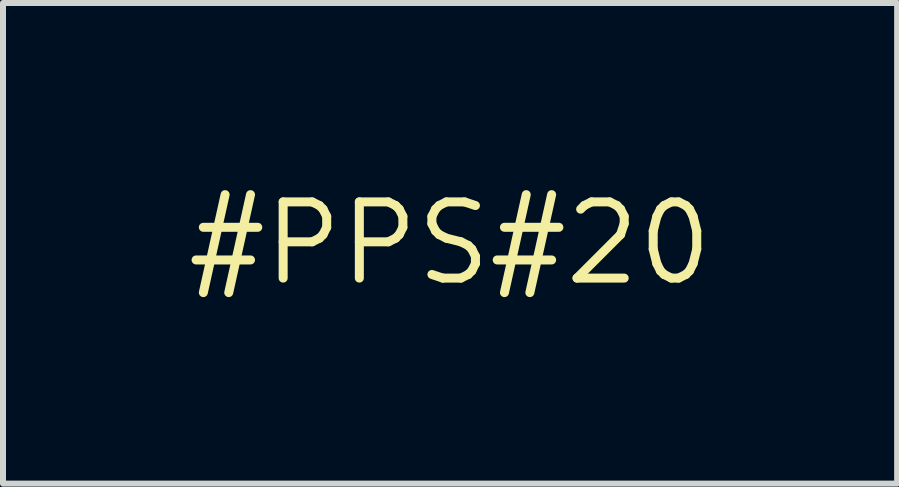
<source format=kicad_pcb>
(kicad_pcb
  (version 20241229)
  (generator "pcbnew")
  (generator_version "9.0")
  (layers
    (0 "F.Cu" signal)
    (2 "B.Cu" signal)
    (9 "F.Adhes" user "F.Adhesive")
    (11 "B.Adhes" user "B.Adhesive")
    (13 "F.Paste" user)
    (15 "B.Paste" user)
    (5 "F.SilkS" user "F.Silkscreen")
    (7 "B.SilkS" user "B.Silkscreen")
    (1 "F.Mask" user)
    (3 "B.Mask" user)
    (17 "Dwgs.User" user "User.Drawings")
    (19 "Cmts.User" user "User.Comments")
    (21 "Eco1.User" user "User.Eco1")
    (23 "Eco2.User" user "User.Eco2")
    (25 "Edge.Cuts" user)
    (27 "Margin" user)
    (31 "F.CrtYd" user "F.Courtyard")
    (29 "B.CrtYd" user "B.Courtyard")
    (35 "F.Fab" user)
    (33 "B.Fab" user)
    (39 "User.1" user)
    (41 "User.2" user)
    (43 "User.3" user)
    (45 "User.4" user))
  (footprint "#PPS#20"
    (layer "F.Cu")
    (at 4.452 1.006)
    (property "Reference" "#PPS#20" (at 0 0 0) (layer "F.SilkS") (effects (font (size 1.27 1.27) (thickness 0.15))))
    (fp_poly (pts (xy -0.136 -0.022) (xy -0.14 -0.02) (xy -0.14 -0.025) (xy -0.137 -0.025)) (stroke (width 0) (type default)) (fill yes) (layer "F.SilkS")))
  (gr_rect
    (start -3 -3)
    (end 11.905 5.012)
    (stroke (width 0.1) (type default))
    (fill no)
    (layer "Edge.Cuts")))
</source>
